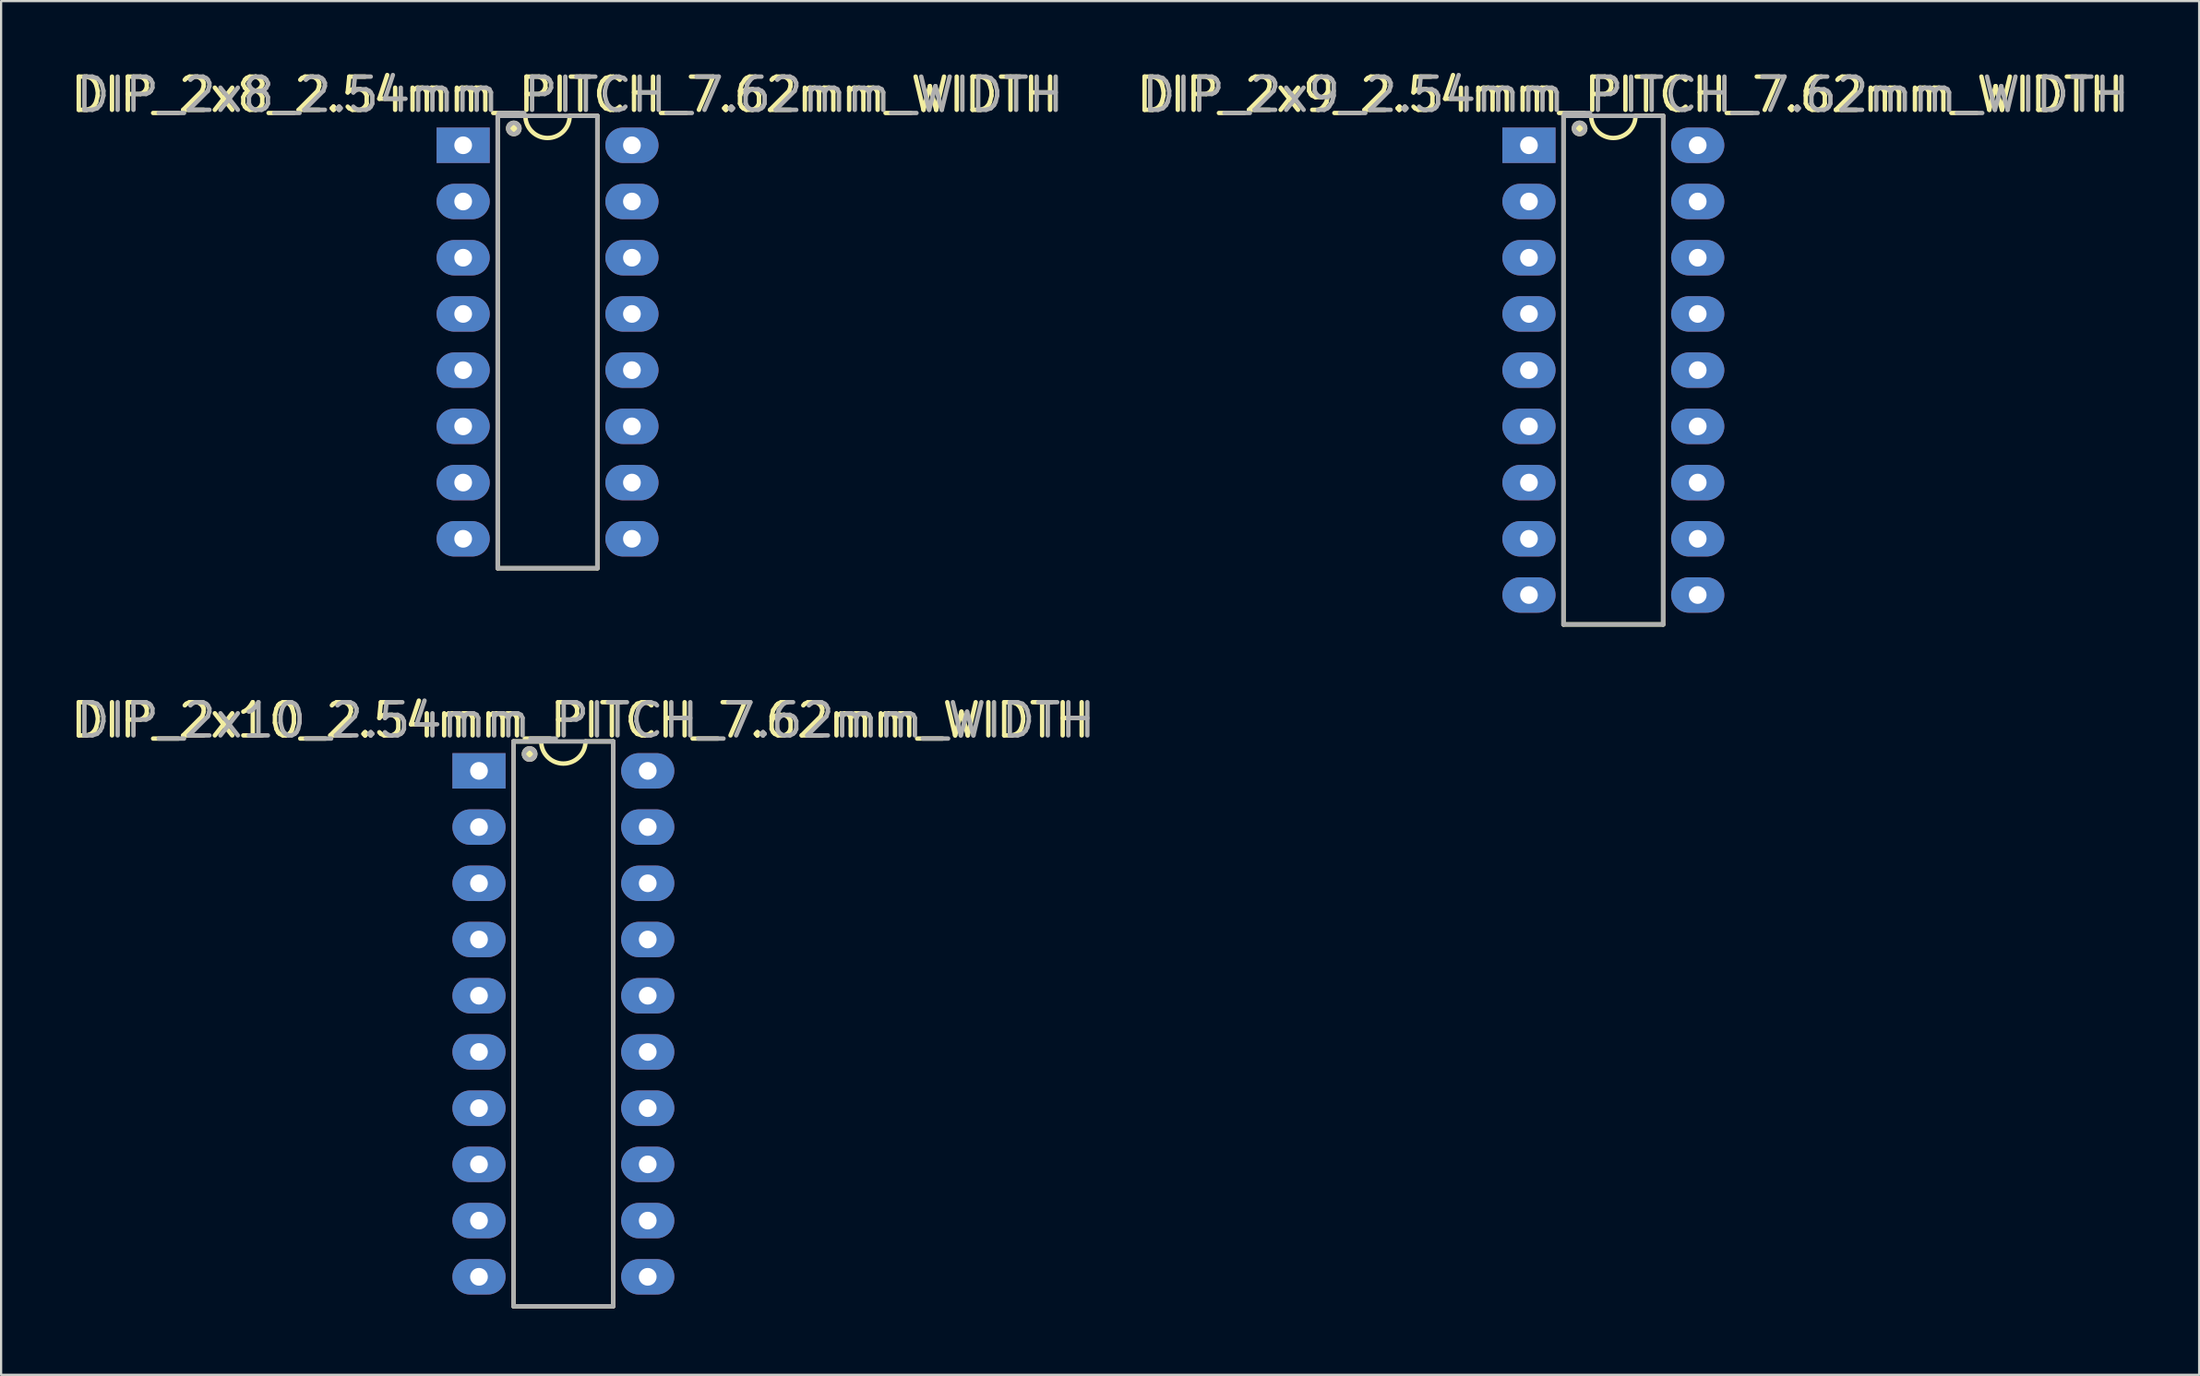
<source format=kicad_pcb>
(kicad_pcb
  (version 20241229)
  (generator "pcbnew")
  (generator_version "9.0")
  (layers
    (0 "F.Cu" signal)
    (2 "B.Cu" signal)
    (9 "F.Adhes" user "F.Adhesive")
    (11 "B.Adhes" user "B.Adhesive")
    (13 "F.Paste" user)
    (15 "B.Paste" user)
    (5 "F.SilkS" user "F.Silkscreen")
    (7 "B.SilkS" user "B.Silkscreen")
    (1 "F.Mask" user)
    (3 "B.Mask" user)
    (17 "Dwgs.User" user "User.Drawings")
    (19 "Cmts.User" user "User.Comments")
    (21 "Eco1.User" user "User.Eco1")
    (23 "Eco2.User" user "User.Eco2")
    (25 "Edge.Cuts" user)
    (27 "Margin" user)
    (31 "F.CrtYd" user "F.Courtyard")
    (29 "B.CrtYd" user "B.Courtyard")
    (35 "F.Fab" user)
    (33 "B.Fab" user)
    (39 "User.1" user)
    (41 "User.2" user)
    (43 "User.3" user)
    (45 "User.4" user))
  (footprint "DIP_2x8_2.54mm_PITCH_7.62mm_WIDTH"
    (layer "F.Cu")
    (at 17.864 3.514)
    (property "Reference" "DIP_2x8_2.54mm_PITCH_7.62mm_WIDTH" (at 4.572 -2.286 0) (layer "F.SilkS") (effects (font (size 1.5 1.5) (thickness 0.2))))
    (attr through_hole)
    (fp_line (start 1.56 -1.33) (end 1.56 19.11) (stroke (width 0.2) (type solid)) (layer "F.SilkS"))
    (fp_line (start 1.56 19.11) (end 6.06 19.11) (stroke (width 0.2) (type solid)) (layer "F.SilkS"))
    (fp_line (start 2.81 -1.33) (end 1.56 -1.33) (stroke (width 0.2) (type solid)) (layer "F.SilkS"))
    (fp_line (start 6.06 -1.33) (end 4.81 -1.33) (stroke (width 0.2) (type solid)) (layer "F.SilkS"))
    (fp_line (start 6.06 19.11) (end 6.06 -1.33) (stroke (width 0.2) (type solid)) (layer "F.SilkS"))
    (fp_arc (start 4.81 -1.33) (mid 3.81 -0.33) (end 2.81 -1.33) (stroke (width 0.2) (type solid)) (layer "F.SilkS"))
    (fp_circle (center 2.286 -0.762) (end 2.54 -0.762) (stroke (width 0.2) (type solid)) (fill no) (layer "F.SilkS"))
    (fp_poly (pts (xy 2.286 -1.016) (xy 2.54 -0.762) (xy 2.286 -0.508) (xy 2.032 -0.762)) (stroke (width 0.1) (type solid)) (fill yes) (layer "F.SilkS"))
    (fp_line (start 1.56 -1.33) (end 1.56 19.11) (stroke (width 0.2) (type solid)) (layer "F.Fab"))
    (fp_line (start 1.56 19.11) (end 6.06 19.11) (stroke (width 0.2) (type solid)) (layer "F.Fab"))
    (fp_line (start 6.06 -1.33) (end 1.56 -1.33) (stroke (width 0.2) (type solid)) (layer "F.Fab"))
    (fp_line (start 6.06 19.11) (end 6.06 -1.33) (stroke (width 0.2) (type solid)) (layer "F.Fab"))
    (fp_circle (center 2.286 -0.762) (end 2.54 -0.762) (stroke (width 0.2) (type solid)) (fill no) (layer "F.Fab"))
    (fp_poly (pts (xy 2.286 -1.016) (xy 2.54 -0.762) (xy 2.286 -0.508) (xy 2.032 -0.762)) (stroke (width 0.1) (type solid)) (fill no) (layer "F.Fab"))
    (fp_text user "${REFERENCE}" (at 4.826 -2.286 0) (layer "F.Fab") (effects (font (size 1.5 1.5) (thickness 0.2))))
    (pad "1" thru_hole rect (at 0 0) (size 2.4 1.6) (drill 0.8) (layers "*.Cu" "*.Mask"))
    (pad "2" thru_hole oval (at 0 2.54) (size 2.4 1.6) (drill 0.8) (layers "*.Cu" "*.Mask"))
    (pad "3" thru_hole oval (at 0 5.08) (size 2.4 1.6) (drill 0.8) (layers "*.Cu" "*.Mask"))
    (pad "4" thru_hole oval (at 0 7.62) (size 2.4 1.6) (drill 0.8) (layers "*.Cu" "*.Mask"))
    (pad "5" thru_hole oval (at 0 10.16) (size 2.4 1.6) (drill 0.8) (layers "*.Cu" "*.Mask"))
    (pad "6" thru_hole oval (at 0 12.7) (size 2.4 1.6) (drill 0.8) (layers "*.Cu" "*.Mask"))
    (pad "7" thru_hole oval (at 0 15.24) (size 2.4 1.6) (drill 0.8) (layers "*.Cu" "*.Mask"))
    (pad "8" thru_hole oval (at 0 17.78) (size 2.4 1.6) (drill 0.8) (layers "*.Cu" "*.Mask"))
    (pad "9" thru_hole oval (at 7.62 17.78) (size 2.4 1.6) (drill 0.8) (layers "*.Cu" "*.Mask"))
    (pad "10" thru_hole oval (at 7.62 15.24) (size 2.4 1.6) (drill 0.8) (layers "*.Cu" "*.Mask"))
    (pad "11" thru_hole oval (at 7.62 12.7) (size 2.4 1.6) (drill 0.8) (layers "*.Cu" "*.Mask"))
    (pad "12" thru_hole oval (at 7.62 10.16) (size 2.4 1.6) (drill 0.8) (layers "*.Cu" "*.Mask"))
    (pad "13" thru_hole oval (at 7.62 7.62) (size 2.4 1.6) (drill 0.8) (layers "*.Cu" "*.Mask"))
    (pad "14" thru_hole oval (at 7.62 5.08) (size 2.4 1.6) (drill 0.8) (layers "*.Cu" "*.Mask"))
    (pad "15" thru_hole oval (at 7.62 2.54) (size 2.4 1.6) (drill 0.8) (layers "*.Cu" "*.Mask"))
    (pad "16" thru_hole oval (at 7.62 0) (size 2.4 1.6) (drill 0.8) (layers "*.Cu" "*.Mask")))
  (footprint "DIP_2x10_2.54mm_PITCH_7.62mm_WIDTH"
    (layer "F.Cu")
    (at 18.578 31.779)
    (property "Reference" "DIP_2x10_2.54mm_PITCH_7.62mm_WIDTH" (at 4.572 -2.286 0) (layer "F.SilkS") (effects (font (size 1.5 1.5) (thickness 0.2))))
    (attr through_hole)
    (fp_line (start 1.56 -1.33) (end 1.56 24.19) (stroke (width 0.2) (type solid)) (layer "F.SilkS"))
    (fp_line (start 1.56 24.19) (end 6.06 24.19) (stroke (width 0.2) (type solid)) (layer "F.SilkS"))
    (fp_line (start 2.81 -1.33) (end 1.56 -1.33) (stroke (width 0.2) (type solid)) (layer "F.SilkS"))
    (fp_line (start 6.06 -1.33) (end 4.81 -1.33) (stroke (width 0.2) (type solid)) (layer "F.SilkS"))
    (fp_line (start 6.06 24.19) (end 6.06 -1.33) (stroke (width 0.2) (type solid)) (layer "F.SilkS"))
    (fp_arc (start 4.81 -1.33) (mid 3.81 -0.33) (end 2.81 -1.33) (stroke (width 0.2) (type solid)) (layer "F.SilkS"))
    (fp_circle (center 2.286 -0.762) (end 2.54 -0.762) (stroke (width 0.2) (type solid)) (fill no) (layer "F.SilkS"))
    (fp_poly (pts (xy 2.286 -1.016) (xy 2.54 -0.762) (xy 2.286 -0.508) (xy 2.032 -0.762)) (stroke (width 0.1) (type solid)) (fill yes) (layer "F.SilkS"))
    (fp_line (start 1.56 -1.33) (end 1.56 24.19) (stroke (width 0.2) (type solid)) (layer "F.Fab"))
    (fp_line (start 1.56 24.19) (end 6.06 24.19) (stroke (width 0.2) (type solid)) (layer "F.Fab"))
    (fp_line (start 6.06 -1.33) (end 1.56 -1.33) (stroke (width 0.2) (type solid)) (layer "F.Fab"))
    (fp_line (start 6.06 24.19) (end 6.06 -1.33) (stroke (width 0.2) (type solid)) (layer "F.Fab"))
    (fp_circle (center 2.286 -0.762) (end 2.54 -0.762) (stroke (width 0.2) (type solid)) (fill no) (layer "F.Fab"))
    (fp_poly (pts (xy 2.286 -1.016) (xy 2.54 -0.762) (xy 2.286 -0.508) (xy 2.032 -0.762)) (stroke (width 0.1) (type solid)) (fill no) (layer "F.Fab"))
    (fp_text user "${REFERENCE}" (at 4.826 -2.286 0) (layer "F.Fab") (effects (font (size 1.5 1.5) (thickness 0.2))))
    (pad "1" thru_hole rect (at 0 0) (size 2.4 1.6) (drill 0.8) (layers "*.Cu" "*.Mask"))
    (pad "2" thru_hole oval (at 0 2.54) (size 2.4 1.6) (drill 0.8) (layers "*.Cu" "*.Mask"))
    (pad "3" thru_hole oval (at 0 5.08) (size 2.4 1.6) (drill 0.8) (layers "*.Cu" "*.Mask"))
    (pad "4" thru_hole oval (at 0 7.62) (size 2.4 1.6) (drill 0.8) (layers "*.Cu" "*.Mask"))
    (pad "5" thru_hole oval (at 0 10.16) (size 2.4 1.6) (drill 0.8) (layers "*.Cu" "*.Mask"))
    (pad "6" thru_hole oval (at 0 12.7) (size 2.4 1.6) (drill 0.8) (layers "*.Cu" "*.Mask"))
    (pad "7" thru_hole oval (at 0 15.24) (size 2.4 1.6) (drill 0.8) (layers "*.Cu" "*.Mask"))
    (pad "8" thru_hole oval (at 0 17.78) (size 2.4 1.6) (drill 0.8) (layers "*.Cu" "*.Mask"))
    (pad "9" thru_hole oval (at 0 20.32) (size 2.4 1.6) (drill 0.8) (layers "*.Cu" "*.Mask"))
    (pad "10" thru_hole oval (at 0 22.86) (size 2.4 1.6) (drill 0.8) (layers "*.Cu" "*.Mask"))
    (pad "11" thru_hole oval (at 7.62 22.86) (size 2.4 1.6) (drill 0.8) (layers "*.Cu" "*.Mask"))
    (pad "12" thru_hole oval (at 7.62 20.32) (size 2.4 1.6) (drill 0.8) (layers "*.Cu" "*.Mask"))
    (pad "13" thru_hole oval (at 7.62 17.78) (size 2.4 1.6) (drill 0.8) (layers "*.Cu" "*.Mask"))
    (pad "14" thru_hole oval (at 7.62 15.24) (size 2.4 1.6) (drill 0.8) (layers "*.Cu" "*.Mask"))
    (pad "15" thru_hole oval (at 7.62 12.7) (size 2.4 1.6) (drill 0.8) (layers "*.Cu" "*.Mask"))
    (pad "16" thru_hole oval (at 7.62 10.16) (size 2.4 1.6) (drill 0.8) (layers "*.Cu" "*.Mask"))
    (pad "17" thru_hole oval (at 7.62 7.62) (size 2.4 1.6) (drill 0.8) (layers "*.Cu" "*.Mask"))
    (pad "18" thru_hole oval (at 7.62 5.08) (size 2.4 1.6) (drill 0.8) (layers "*.Cu" "*.Mask"))
    (pad "19" thru_hole oval (at 7.62 2.54) (size 2.4 1.6) (drill 0.8) (layers "*.Cu" "*.Mask"))
    (pad "20" thru_hole oval (at 7.62 0) (size 2.4 1.6) (drill 0.8) (layers "*.Cu" "*.Mask")))
  (footprint "DIP_2x9_2.54mm_PITCH_7.62mm_WIDTH"
    (layer "F.Cu")
    (at 65.989 3.514)
    (property "Reference" "DIP_2x9_2.54mm_PITCH_7.62mm_WIDTH" (at 4.572 -2.286 0) (layer "F.SilkS") (effects (font (size 1.5 1.5) (thickness 0.2))))
    (attr through_hole)
    (fp_line (start 1.56 -1.33) (end 1.56 21.65) (stroke (width 0.2) (type solid)) (layer "F.SilkS"))
    (fp_line (start 1.56 21.65) (end 6.06 21.65) (stroke (width 0.2) (type solid)) (layer "F.SilkS"))
    (fp_line (start 2.81 -1.33) (end 1.56 -1.33) (stroke (width 0.2) (type solid)) (layer "F.SilkS"))
    (fp_line (start 6.06 -1.33) (end 4.81 -1.33) (stroke (width 0.2) (type solid)) (layer "F.SilkS"))
    (fp_line (start 6.06 21.65) (end 6.06 -1.33) (stroke (width 0.2) (type solid)) (layer "F.SilkS"))
    (fp_arc (start 4.81 -1.33) (mid 3.81 -0.33) (end 2.81 -1.33) (stroke (width 0.2) (type solid)) (layer "F.SilkS"))
    (fp_circle (center 2.286 -0.762) (end 2.54 -0.762) (stroke (width 0.2) (type solid)) (fill no) (layer "F.SilkS"))
    (fp_poly (pts (xy 2.286 -1.016) (xy 2.54 -0.762) (xy 2.286 -0.508) (xy 2.032 -0.762)) (stroke (width 0.1) (type solid)) (fill yes) (layer "F.SilkS"))
    (fp_line (start 1.56 -1.33) (end 1.56 21.65) (stroke (width 0.2) (type solid)) (layer "F.Fab"))
    (fp_line (start 1.56 21.65) (end 6.06 21.65) (stroke (width 0.2) (type solid)) (layer "F.Fab"))
    (fp_line (start 6.06 -1.33) (end 1.56 -1.33) (stroke (width 0.2) (type solid)) (layer "F.Fab"))
    (fp_line (start 6.06 21.65) (end 6.06 -1.33) (stroke (width 0.2) (type solid)) (layer "F.Fab"))
    (fp_circle (center 2.286 -0.762) (end 2.54 -0.762) (stroke (width 0.2) (type solid)) (fill no) (layer "F.Fab"))
    (fp_poly (pts (xy 2.286 -1.016) (xy 2.54 -0.762) (xy 2.286 -0.508) (xy 2.032 -0.762)) (stroke (width 0.1) (type solid)) (fill no) (layer "F.Fab"))
    (fp_text user "${REFERENCE}" (at 4.826 -2.286 0) (layer "F.Fab") (effects (font (size 1.5 1.5) (thickness 0.2))))
    (pad "1" thru_hole rect (at 0 0) (size 2.4 1.6) (drill 0.8) (layers "*.Cu" "*.Mask"))
    (pad "2" thru_hole oval (at 0 2.54) (size 2.4 1.6) (drill 0.8) (layers "*.Cu" "*.Mask"))
    (pad "3" thru_hole oval (at 0 5.08) (size 2.4 1.6) (drill 0.8) (layers "*.Cu" "*.Mask"))
    (pad "4" thru_hole oval (at 0 7.62) (size 2.4 1.6) (drill 0.8) (layers "*.Cu" "*.Mask"))
    (pad "5" thru_hole oval (at 0 10.16) (size 2.4 1.6) (drill 0.8) (layers "*.Cu" "*.Mask"))
    (pad "6" thru_hole oval (at 0 12.7) (size 2.4 1.6) (drill 0.8) (layers "*.Cu" "*.Mask"))
    (pad "7" thru_hole oval (at 0 15.24) (size 2.4 1.6) (drill 0.8) (layers "*.Cu" "*.Mask"))
    (pad "8" thru_hole oval (at 0 17.78) (size 2.4 1.6) (drill 0.8) (layers "*.Cu" "*.Mask"))
    (pad "9" thru_hole oval (at 0 20.32) (size 2.4 1.6) (drill 0.8) (layers "*.Cu" "*.Mask"))
    (pad "10" thru_hole oval (at 7.62 20.32) (size 2.4 1.6) (drill 0.8) (layers "*.Cu" "*.Mask"))
    (pad "11" thru_hole oval (at 7.62 17.78) (size 2.4 1.6) (drill 0.8) (layers "*.Cu" "*.Mask"))
    (pad "12" thru_hole oval (at 7.62 15.24) (size 2.4 1.6) (drill 0.8) (layers "*.Cu" "*.Mask"))
    (pad "13" thru_hole oval (at 7.62 12.7) (size 2.4 1.6) (drill 0.8) (layers "*.Cu" "*.Mask"))
    (pad "14" thru_hole oval (at 7.62 10.16) (size 2.4 1.6) (drill 0.8) (layers "*.Cu" "*.Mask"))
    (pad "15" thru_hole oval (at 7.62 7.62) (size 2.4 1.6) (drill 0.8) (layers "*.Cu" "*.Mask"))
    (pad "16" thru_hole oval (at 7.62 5.08) (size 2.4 1.6) (drill 0.8) (layers "*.Cu" "*.Mask"))
    (pad "17" thru_hole oval (at 7.62 2.54) (size 2.4 1.6) (drill 0.8) (layers "*.Cu" "*.Mask"))
    (pad "18" thru_hole oval (at 7.62 0) (size 2.4 1.6) (drill 0.8) (layers "*.Cu" "*.Mask")))
  (gr_rect
    (start -3 -3)
    (end 96.251 59.069)
    (stroke (width 0.1) (type default))
    (fill no)
    (layer "Edge.Cuts")))
</source>
